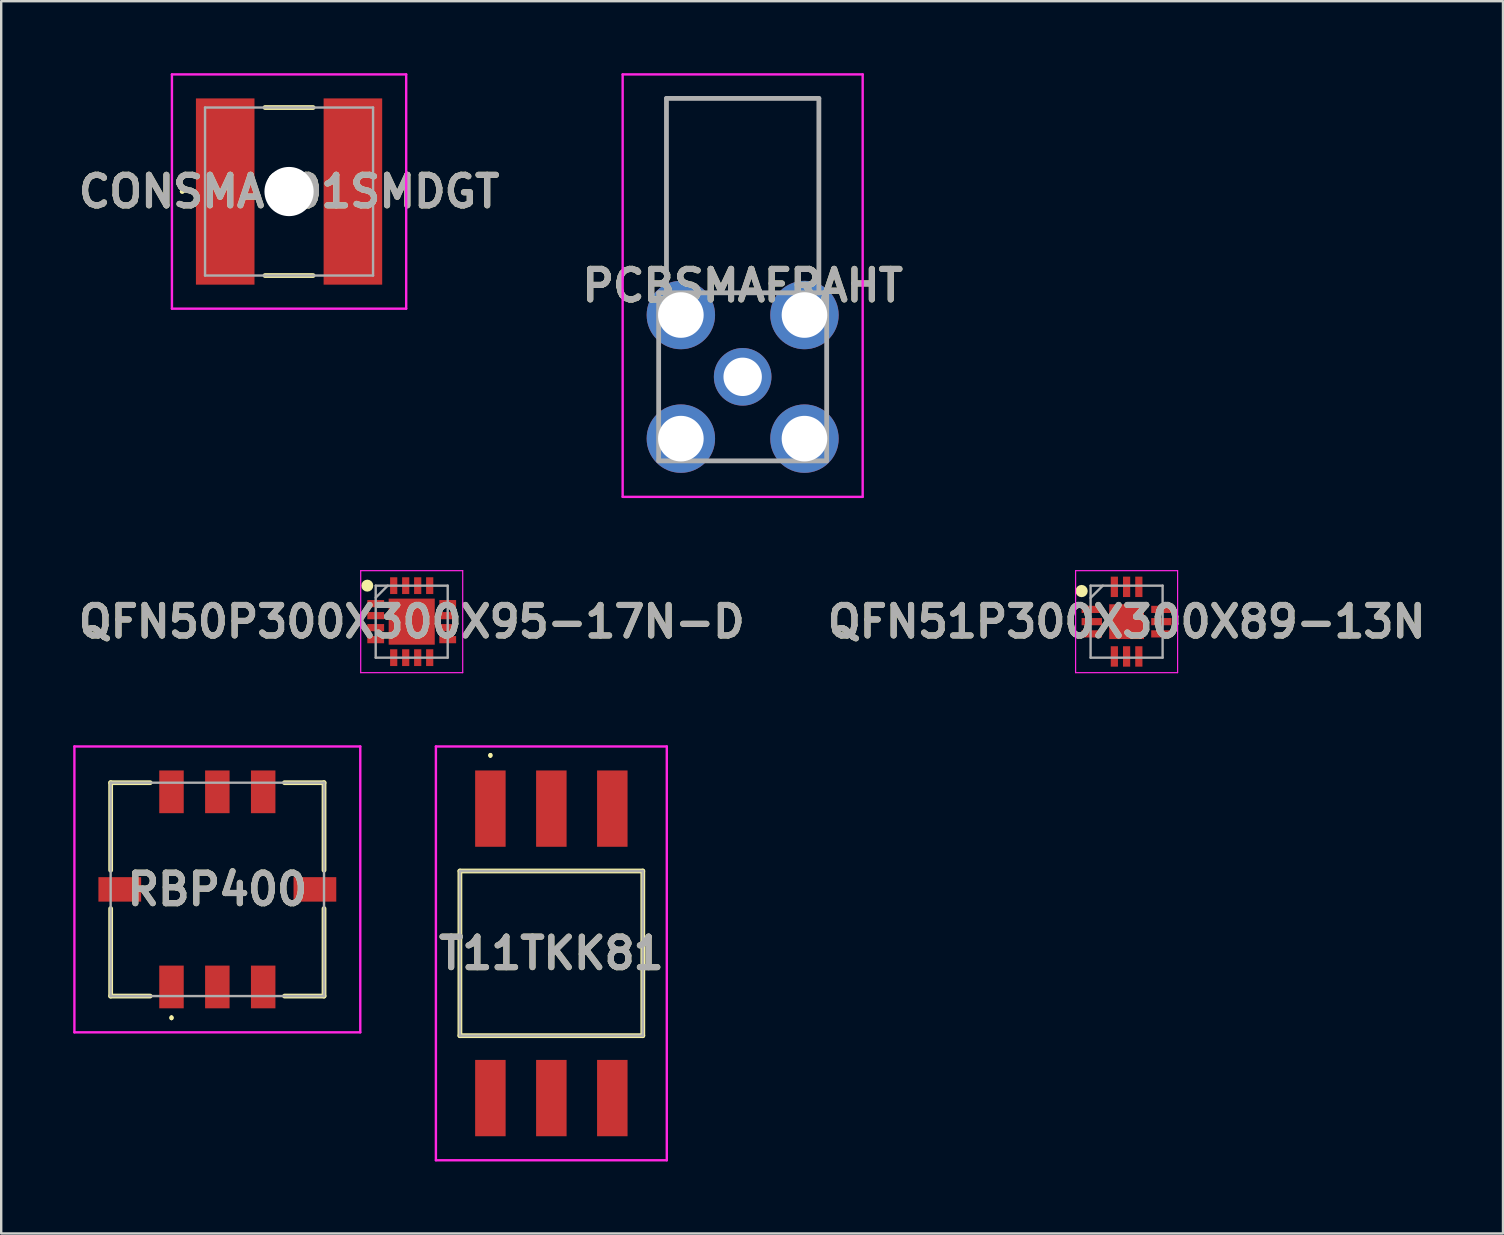
<source format=kicad_pcb>
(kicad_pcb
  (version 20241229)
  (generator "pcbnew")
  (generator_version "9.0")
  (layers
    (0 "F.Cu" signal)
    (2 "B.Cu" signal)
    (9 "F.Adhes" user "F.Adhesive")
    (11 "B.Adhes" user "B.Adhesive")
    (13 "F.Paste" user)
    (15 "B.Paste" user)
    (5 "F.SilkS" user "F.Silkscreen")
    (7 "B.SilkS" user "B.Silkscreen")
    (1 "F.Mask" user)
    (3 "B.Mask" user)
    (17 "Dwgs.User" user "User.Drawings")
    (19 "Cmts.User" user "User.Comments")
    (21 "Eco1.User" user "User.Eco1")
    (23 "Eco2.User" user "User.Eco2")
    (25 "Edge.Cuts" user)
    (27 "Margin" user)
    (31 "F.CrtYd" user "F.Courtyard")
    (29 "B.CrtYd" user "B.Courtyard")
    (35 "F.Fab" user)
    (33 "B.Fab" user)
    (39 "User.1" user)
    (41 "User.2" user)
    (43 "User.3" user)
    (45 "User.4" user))
  (footprint "QFN50P300X300X95-17N-D"
    (layer "F.Cu")
    (at 14.103 22.85)
    (property "Reference" "QFN50P300X300X95-17N-D" (at 0 0 0) (layer "F.SilkS") (effects (font (size 1.27 1.27) (thickness 0.254))))
    (attr smd)
    (fp_circle (center -1.85 -1.5) (end -1.85 -1.375) (stroke (width 0.25) (type solid)) (fill no) (layer "F.SilkS"))
    (fp_line (start -2.125 -2.125) (end 2.125 -2.125) (stroke (width 0.05) (type solid)) (layer "F.CrtYd"))
    (fp_line (start -2.125 2.125) (end -2.125 -2.125) (stroke (width 0.05) (type solid)) (layer "F.CrtYd"))
    (fp_line (start 2.125 -2.125) (end 2.125 2.125) (stroke (width 0.05) (type solid)) (layer "F.CrtYd"))
    (fp_line (start 2.125 2.125) (end -2.125 2.125) (stroke (width 0.05) (type solid)) (layer "F.CrtYd"))
    (fp_line (start -1.5 -1.5) (end 1.5 -1.5) (stroke (width 0.1) (type solid)) (layer "F.Fab"))
    (fp_line (start -1.5 -1) (end -1 -1.5) (stroke (width 0.1) (type solid)) (layer "F.Fab"))
    (fp_line (start -1.5 1.5) (end -1.5 -1.5) (stroke (width 0.1) (type solid)) (layer "F.Fab"))
    (fp_line (start 1.5 -1.5) (end 1.5 1.5) (stroke (width 0.1) (type solid)) (layer "F.Fab"))
    (fp_line (start 1.5 1.5) (end -1.5 1.5) (stroke (width 0.1) (type solid)) (layer "F.Fab"))
    (fp_text user "${REFERENCE}" (at 0 0 0) (layer "F.Fab") (effects (font (size 1.27 1.27) (thickness 0.254))))
    (pad "1" smd rect (at -1.5 -0.75 90) (size 0.3 0.7) (layers "F.Cu" "F.Mask" "F.Paste"))
    (pad "2" smd rect (at -1.5 -0.25 90) (size 0.3 0.7) (layers "F.Cu" "F.Mask" "F.Paste"))
    (pad "3" smd rect (at -1.5 0.25 90) (size 0.3 0.7) (layers "F.Cu" "F.Mask" "F.Paste"))
    (pad "4" smd rect (at -1.5 0.75 90) (size 0.3 0.7) (layers "F.Cu" "F.Mask" "F.Paste"))
    (pad "5" smd rect (at -0.75 1.5) (size 0.3 0.7) (layers "F.Cu" "F.Mask" "F.Paste"))
    (pad "6" smd rect (at -0.25 1.5) (size 0.3 0.7) (layers "F.Cu" "F.Mask" "F.Paste"))
    (pad "7" smd rect (at 0.25 1.5) (size 0.3 0.7) (layers "F.Cu" "F.Mask" "F.Paste"))
    (pad "8" smd rect (at 0.75 1.5) (size 0.3 0.7) (layers "F.Cu" "F.Mask" "F.Paste"))
    (pad "9" smd rect (at 1.5 0.75 90) (size 0.3 0.7) (layers "F.Cu" "F.Mask" "F.Paste"))
    (pad "10" smd rect (at 1.5 0.25 90) (size 0.3 0.7) (layers "F.Cu" "F.Mask" "F.Paste"))
    (pad "11" smd rect (at 1.5 -0.25 90) (size 0.3 0.7) (layers "F.Cu" "F.Mask" "F.Paste"))
    (pad "12" smd rect (at 1.5 -0.75 90) (size 0.3 0.7) (layers "F.Cu" "F.Mask" "F.Paste"))
    (pad "13" smd rect (at 0.75 -1.5) (size 0.3 0.7) (layers "F.Cu" "F.Mask" "F.Paste"))
    (pad "14" smd rect (at 0.25 -1.5) (size 0.3 0.7) (layers "F.Cu" "F.Mask" "F.Paste"))
    (pad "15" smd rect (at -0.25 -1.5) (size 0.3 0.7) (layers "F.Cu" "F.Mask" "F.Paste"))
    (pad "16" smd rect (at -0.75 -1.5) (size 0.3 0.7) (layers "F.Cu" "F.Mask" "F.Paste"))
    (pad "17" smd rect (at 0 0) (size 1.92 1.92) (layers "F.Cu" "F.Mask" "F.Paste")))
  (footprint "CONSMA001SMDGT"
    (layer "F.Cu")
    (at 8.993 4.93)
    (property "Reference" "CONSMA001SMDGT" (at 0 0 0) (layer "F.SilkS") (effects (font (size 1.27 1.27) (thickness 0.254))))
    (attr through_hole)
    (fp_line (start -4.5 0) (end -4.5 0) (stroke (width 0.1) (type solid)) (layer "F.SilkS"))
    (fp_line (start -4.4 0) (end -4.4 0) (stroke (width 0.1) (type solid)) (layer "F.SilkS"))
    (fp_line (start -1 -3.5) (end 1 -3.5) (stroke (width 0.2) (type solid)) (layer "F.SilkS"))
    (fp_line (start -1 3.5) (end 1 3.5) (stroke (width 0.2) (type solid)) (layer "F.SilkS"))
    (fp_arc (start -4.5 0) (mid -4.45 -0.05) (end -4.4 0) (stroke (width 0.1) (type solid)) (layer "F.SilkS"))
    (fp_arc (start -4.4 0) (mid -4.45 0.05) (end -4.5 0) (stroke (width 0.1) (type solid)) (layer "F.SilkS"))
    (fp_line (start -4.88 -4.88) (end 4.88 -4.88) (stroke (width 0.1) (type solid)) (layer "F.CrtYd"))
    (fp_line (start -4.88 4.88) (end -4.88 -4.88) (stroke (width 0.1) (type solid)) (layer "F.CrtYd"))
    (fp_line (start 4.88 -4.88) (end 4.88 4.88) (stroke (width 0.1) (type solid)) (layer "F.CrtYd"))
    (fp_line (start 4.88 4.88) (end -4.88 4.88) (stroke (width 0.1) (type solid)) (layer "F.CrtYd"))
    (fp_line (start -3.5 -3.5) (end 3.5 -3.5) (stroke (width 0.1) (type solid)) (layer "F.Fab"))
    (fp_line (start -3.5 3.5) (end -3.5 -3.5) (stroke (width 0.1) (type solid)) (layer "F.Fab"))
    (fp_line (start 3.5 -3.5) (end 3.5 3.5) (stroke (width 0.1) (type solid)) (layer "F.Fab"))
    (fp_line (start 3.5 3.5) (end -3.5 3.5) (stroke (width 0.1) (type solid)) (layer "F.Fab"))
    (fp_text user "${REFERENCE}" (at 0 0 0) (layer "F.Fab") (effects (font (size 1.27 1.27) (thickness 0.254))))
    (pad "" np_thru_hole circle (at 0 0) (size 2.05 2.05) (drill 2.05) (layers "*.Cu" "*.Mask"))
    (pad "1" smd rect (at -2.66 0) (size 2.44 7.76) (layers "F.Cu" "F.Mask" "F.Paste"))
    (pad "2" smd rect (at 2.66 0) (size 2.44 7.76) (layers "F.Cu" "F.Mask" "F.Paste")))
  (footprint "PCBSMAFRAHT"
    (layer "F.Cu")
    (at 27.892 12.65)
    (property "Reference" "PCBSMAFRAHT" (at 0 -3.8 0) (layer "F.SilkS") (effects (font (size 1.27 1.27) (thickness 0.254))))
    (attr through_hole)
    (fp_line (start -3.5 -1.2) (end -3.5 1.2) (stroke (width 0.1) (type solid)) (layer "F.SilkS"))
    (fp_line (start -1.2 -3.5) (end 1.2 -3.5) (stroke (width 0.1) (type solid)) (layer "F.SilkS"))
    (fp_line (start -1.2 3.5) (end 1.2 3.5) (stroke (width 0.1) (type solid)) (layer "F.SilkS"))
    (fp_line (start 3.5 1.2) (end 3.5 -1.2) (stroke (width 0.1) (type solid)) (layer "F.SilkS"))
    (fp_line (start -5 -12.6) (end 5 -12.6) (stroke (width 0.1) (type solid)) (layer "F.CrtYd"))
    (fp_line (start -5 5) (end -5 -12.6) (stroke (width 0.1) (type solid)) (layer "F.CrtYd"))
    (fp_line (start 5 -12.6) (end 5 5) (stroke (width 0.1) (type solid)) (layer "F.CrtYd"))
    (fp_line (start 5 5) (end -5 5) (stroke (width 0.1) (type solid)) (layer "F.CrtYd"))
    (fp_line (start -3.5 -3.5) (end 3.5 -3.5) (stroke (width 0.2) (type solid)) (layer "F.Fab"))
    (fp_line (start -3.5 3.5) (end -3.5 -3.5) (stroke (width 0.2) (type solid)) (layer "F.Fab"))
    (fp_line (start -3.175 -11.6) (end -3.175 -3.5) (stroke (width 0.2) (type solid)) (layer "F.Fab"))
    (fp_line (start 3.175 -11.6) (end -3.175 -11.6) (stroke (width 0.2) (type solid)) (layer "F.Fab"))
    (fp_line (start 3.175 -3.5) (end 3.175 -11.6) (stroke (width 0.2) (type solid)) (layer "F.Fab"))
    (fp_line (start 3.5 -3.5) (end 3.5 3.5) (stroke (width 0.2) (type solid)) (layer "F.Fab"))
    (fp_line (start 3.5 3.5) (end -3.5 3.5) (stroke (width 0.2) (type solid)) (layer "F.Fab"))
    (fp_text user "${REFERENCE}" (at 0 -3.8 0) (layer "F.Fab") (effects (font (size 1.27 1.27) (thickness 0.254))))
    (pad "1" thru_hole circle (at 0 0) (size 2.4 2.4) (drill 1.6) (layers "*.Cu" "*.Mask"))
    (pad "2" thru_hole circle (at -2.575 -2.575) (size 2.85 2.85) (drill 1.9) (layers "*.Cu" "*.Mask"))
    (pad "3" thru_hole circle (at -2.575 2.575) (size 2.85 2.85) (drill 1.9) (layers "*.Cu" "*.Mask"))
    (pad "4" thru_hole circle (at 2.575 2.575) (size 2.85 2.85) (drill 1.9) (layers "*.Cu" "*.Mask"))
    (pad "5" thru_hole circle (at 2.575 -2.575) (size 2.85 2.85) (drill 1.9) (layers "*.Cu" "*.Mask")))
  (footprint "RBP400"
    (layer "F.Cu")
    (at 6.005 34.005)
    (property "Reference" "RBP400" (at 0 0 0) (layer "F.SilkS") (effects (font (size 1.27 1.27) (thickness 0.254))))
    (attr smd)
    (fp_line (start -4.445 -4.445) (end -2.8 -4.445) (stroke (width 0.2) (type solid)) (layer "F.SilkS"))
    (fp_line (start -4.445 -0.8) (end -4.445 -4.445) (stroke (width 0.2) (type solid)) (layer "F.SilkS"))
    (fp_line (start -4.445 4.445) (end -4.445 0.8) (stroke (width 0.2) (type solid)) (layer "F.SilkS"))
    (fp_line (start -2.8 4.445) (end -4.445 4.445) (stroke (width 0.2) (type solid)) (layer "F.SilkS"))
    (fp_line (start -1.91 5.3) (end -1.91 5.3) (stroke (width 0.1) (type solid)) (layer "F.SilkS"))
    (fp_line (start -1.91 5.4) (end -1.91 5.4) (stroke (width 0.1) (type solid)) (layer "F.SilkS"))
    (fp_line (start 2.8 4.445) (end 4.445 4.445) (stroke (width 0.2) (type solid)) (layer "F.SilkS"))
    (fp_line (start 4.445 -4.445) (end 2.8 -4.445) (stroke (width 0.2) (type solid)) (layer "F.SilkS"))
    (fp_line (start 4.445 -0.8) (end 4.445 -4.445) (stroke (width 0.2) (type solid)) (layer "F.SilkS"))
    (fp_line (start 4.445 4.445) (end 4.445 0.8) (stroke (width 0.2) (type solid)) (layer "F.SilkS"))
    (fp_arc (start -1.91 5.3) (mid -1.86 5.35) (end -1.91 5.4) (stroke (width 0.1) (type solid)) (layer "F.SilkS"))
    (fp_arc (start -1.91 5.4) (mid -1.96 5.35) (end -1.91 5.3) (stroke (width 0.1) (type solid)) (layer "F.SilkS"))
    (fp_line (start -5.955 -5.955) (end 5.955 -5.955) (stroke (width 0.1) (type solid)) (layer "F.CrtYd"))
    (fp_line (start -5.955 5.955) (end -5.955 -5.955) (stroke (width 0.1) (type solid)) (layer "F.CrtYd"))
    (fp_line (start 5.955 -5.955) (end 5.955 5.955) (stroke (width 0.1) (type solid)) (layer "F.CrtYd"))
    (fp_line (start 5.955 5.955) (end -5.955 5.955) (stroke (width 0.1) (type solid)) (layer "F.CrtYd"))
    (fp_line (start -4.445 -4.445) (end 4.445 -4.445) (stroke (width 0.1) (type solid)) (layer "F.Fab"))
    (fp_line (start -4.445 4.445) (end -4.445 -4.445) (stroke (width 0.1) (type solid)) (layer "F.Fab"))
    (fp_line (start 4.445 -4.445) (end 4.445 4.445) (stroke (width 0.1) (type solid)) (layer "F.Fab"))
    (fp_line (start 4.445 4.445) (end -4.445 4.445) (stroke (width 0.1) (type solid)) (layer "F.Fab"))
    (fp_text user "${REFERENCE}" (at 0 0 0) (layer "F.Fab") (effects (font (size 1.27 1.27) (thickness 0.254))))
    (pad "1" smd rect (at -1.91 4.065) (size 1.02 1.78) (layers "F.Cu" "F.Mask" "F.Paste"))
    (pad "2" smd rect (at 0 4.065) (size 1.02 1.78) (layers "F.Cu" "F.Mask" "F.Paste"))
    (pad "3" smd rect (at 1.91 4.065) (size 1.02 1.78) (layers "F.Cu" "F.Mask" "F.Paste"))
    (pad "4" smd rect (at 4.065 0 90) (size 1.02 1.78) (layers "F.Cu" "F.Mask" "F.Paste"))
    (pad "5" smd rect (at 1.91 -4.065) (size 1.02 1.78) (layers "F.Cu" "F.Mask" "F.Paste"))
    (pad "6" smd rect (at 0 -4.065) (size 1.02 1.78) (layers "F.Cu" "F.Mask" "F.Paste"))
    (pad "7" smd rect (at -1.91 -4.065) (size 1.02 1.78) (layers "F.Cu" "F.Mask" "F.Paste"))
    (pad "8" smd rect (at -4.065 0 90) (size 1.02 1.78) (layers "F.Cu" "F.Mask" "F.Paste")))
  (footprint "T11TKK81"
    (layer "F.Cu")
    (at 19.921 36.67)
    (property "Reference" "T11TKK81" (at 0 0 0) (layer "F.SilkS") (effects (font (size 1.27 1.27) (thickness 0.254))))
    (attr smd)
    (fp_line (start -3.81 -3.43) (end -3.81 3.43) (stroke (width 0.2) (type solid)) (layer "F.SilkS"))
    (fp_line (start -3.81 3.43) (end 3.81 3.43) (stroke (width 0.2) (type solid)) (layer "F.SilkS"))
    (fp_line (start -2.54 -8.3) (end -2.54 -8.3) (stroke (width 0.1) (type solid)) (layer "F.SilkS"))
    (fp_line (start -2.54 -8.2) (end -2.54 -8.2) (stroke (width 0.1) (type solid)) (layer "F.SilkS"))
    (fp_line (start 3.81 -3.43) (end -3.81 -3.43) (stroke (width 0.2) (type solid)) (layer "F.SilkS"))
    (fp_line (start 3.81 3.43) (end 3.81 -3.43) (stroke (width 0.2) (type solid)) (layer "F.SilkS"))
    (fp_arc (start -2.54 -8.3) (mid -2.49 -8.25) (end -2.54 -8.2) (stroke (width 0.1) (type solid)) (layer "F.SilkS"))
    (fp_arc (start -2.54 -8.2) (mid -2.59 -8.25) (end -2.54 -8.3) (stroke (width 0.1) (type solid)) (layer "F.SilkS"))
    (fp_line (start -4.81 -8.62) (end 4.81 -8.62) (stroke (width 0.1) (type solid)) (layer "F.CrtYd"))
    (fp_line (start -4.81 8.62) (end -4.81 -8.62) (stroke (width 0.1) (type solid)) (layer "F.CrtYd"))
    (fp_line (start 4.81 -8.62) (end 4.81 8.62) (stroke (width 0.1) (type solid)) (layer "F.CrtYd"))
    (fp_line (start 4.81 8.62) (end -4.81 8.62) (stroke (width 0.1) (type solid)) (layer "F.CrtYd"))
    (fp_line (start -3.81 -3.43) (end 3.81 -3.43) (stroke (width 0.1) (type solid)) (layer "F.Fab"))
    (fp_line (start -3.81 3.43) (end -3.81 -3.43) (stroke (width 0.1) (type solid)) (layer "F.Fab"))
    (fp_line (start 3.81 -3.43) (end 3.81 3.43) (stroke (width 0.1) (type solid)) (layer "F.Fab"))
    (fp_line (start 3.81 3.43) (end -3.81 3.43) (stroke (width 0.1) (type solid)) (layer "F.Fab"))
    (fp_text user "${REFERENCE}" (at 0 0 0) (layer "F.Fab") (effects (font (size 1.27 1.27) (thickness 0.254))))
    (pad "1" smd rect (at -2.54 -6.03) (size 1.27 3.18) (layers "F.Cu" "F.Mask" "F.Paste"))
    (pad "2" smd rect (at 0 -6.03) (size 1.27 3.18) (layers "F.Cu" "F.Mask" "F.Paste"))
    (pad "3" smd rect (at 2.54 -6.03) (size 1.27 3.18) (layers "F.Cu" "F.Mask" "F.Paste"))
    (pad "4" smd rect (at 2.54 6.03) (size 1.27 3.18) (layers "F.Cu" "F.Mask" "F.Paste"))
    (pad "5" smd rect (at 0 6.03) (size 1.27 3.18) (layers "F.Cu" "F.Mask" "F.Paste"))
    (pad "6" smd rect (at -2.54 6.03) (size 1.27 3.18) (layers "F.Cu" "F.Mask" "F.Paste")))
  (footprint "QFN51P300X300X89-13N"
    (layer "F.Cu")
    (at 43.888 22.85)
    (property "Reference" "QFN51P300X300X89-13N" (at 0 0 0) (layer "F.SilkS") (effects (font (size 1.27 1.27) (thickness 0.254))))
    (attr smd)
    (fp_circle (center -1.875 -1.275) (end -1.875 -1.147) (stroke (width 0.255) (type solid)) (fill no) (layer "F.SilkS"))
    (fp_line (start -2.125 -2.125) (end 2.125 -2.125) (stroke (width 0.05) (type solid)) (layer "F.CrtYd"))
    (fp_line (start -2.125 2.125) (end -2.125 -2.125) (stroke (width 0.05) (type solid)) (layer "F.CrtYd"))
    (fp_line (start 2.125 -2.125) (end 2.125 2.125) (stroke (width 0.05) (type solid)) (layer "F.CrtYd"))
    (fp_line (start 2.125 2.125) (end -2.125 2.125) (stroke (width 0.05) (type solid)) (layer "F.CrtYd"))
    (fp_line (start -1.5 -1.5) (end 1.5 -1.5) (stroke (width 0.1) (type solid)) (layer "F.Fab"))
    (fp_line (start -1.5 -0.99) (end -0.99 -1.5) (stroke (width 0.1) (type solid)) (layer "F.Fab"))
    (fp_line (start -1.5 1.5) (end -1.5 -1.5) (stroke (width 0.1) (type solid)) (layer "F.Fab"))
    (fp_line (start 1.5 -1.5) (end 1.5 1.5) (stroke (width 0.1) (type solid)) (layer "F.Fab"))
    (fp_line (start 1.5 1.5) (end -1.5 1.5) (stroke (width 0.1) (type solid)) (layer "F.Fab"))
    (fp_text user "${REFERENCE}" (at 0 0 0) (layer "F.Fab") (effects (font (size 1.27 1.27) (thickness 0.254))))
    (pad "1" smd rect (at -1.45 -0.51 90) (size 0.3 0.85) (layers "F.Cu" "F.Mask" "F.Paste"))
    (pad "2" smd rect (at -1.45 0 90) (size 0.3 0.85) (layers "F.Cu" "F.Mask" "F.Paste"))
    (pad "3" smd rect (at -1.45 0.51 90) (size 0.3 0.85) (layers "F.Cu" "F.Mask" "F.Paste"))
    (pad "4" smd rect (at -0.51 1.45) (size 0.3 0.85) (layers "F.Cu" "F.Mask" "F.Paste"))
    (pad "5" smd rect (at 0 1.45) (size 0.3 0.85) (layers "F.Cu" "F.Mask" "F.Paste"))
    (pad "6" smd rect (at 0.51 1.45) (size 0.3 0.85) (layers "F.Cu" "F.Mask" "F.Paste"))
    (pad "7" smd rect (at 1.45 0.51 90) (size 0.3 0.85) (layers "F.Cu" "F.Mask" "F.Paste"))
    (pad "8" smd rect (at 1.45 0 90) (size 0.3 0.85) (layers "F.Cu" "F.Mask" "F.Paste"))
    (pad "9" smd rect (at 1.45 -0.51 90) (size 0.3 0.85) (layers "F.Cu" "F.Mask" "F.Paste"))
    (pad "10" smd rect (at 0.51 -1.45) (size 0.3 0.85) (layers "F.Cu" "F.Mask" "F.Paste"))
    (pad "11" smd rect (at 0 -1.45) (size 0.3 0.85) (layers "F.Cu" "F.Mask" "F.Paste"))
    (pad "12" smd rect (at -0.51 -1.45) (size 0.3 0.85) (layers "F.Cu" "F.Mask" "F.Paste"))
    (pad "13" smd rect (at 0 0) (size 1.45 1.45) (layers "F.Cu" "F.Mask" "F.Paste")))
  (gr_rect
    (start -3 -3)
    (end 59.57 48.34)
    (stroke (width 0.1) (type default))
    (fill no)
    (layer "Edge.Cuts")))
</source>
